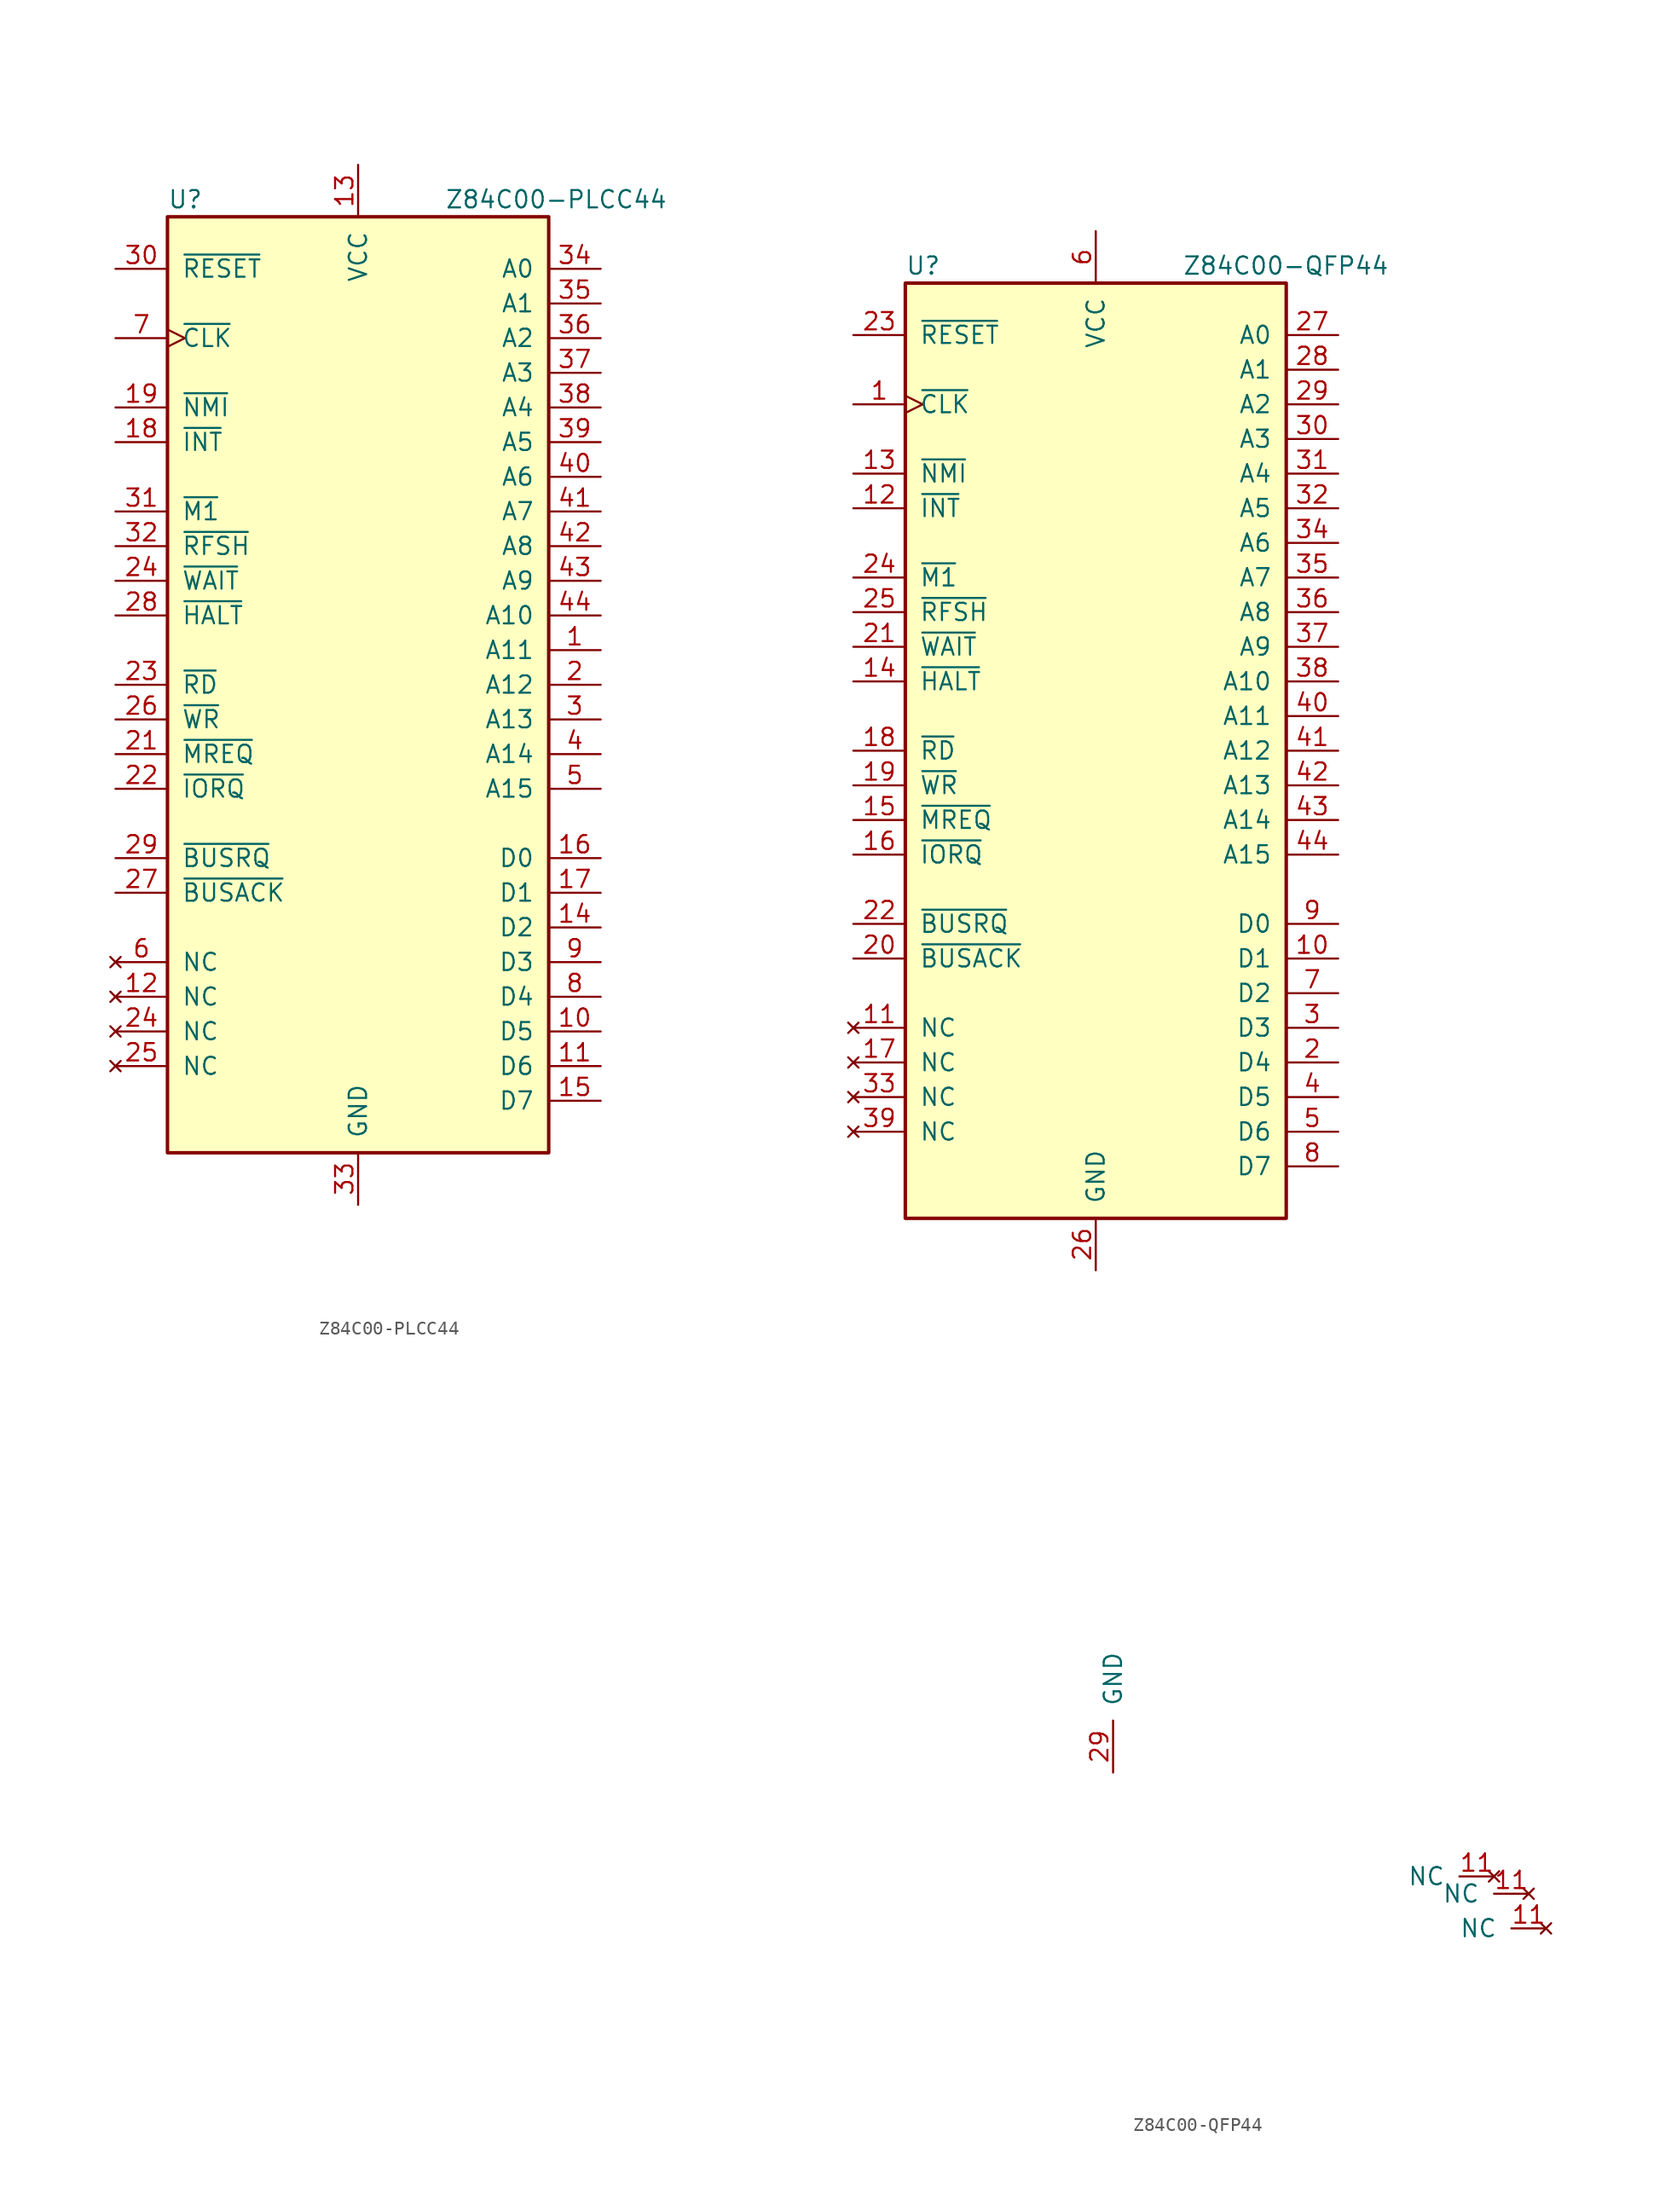
<source format=kicad_sym>
(kicad_symbol_lib
  (version 20211014)
  (generator kicad_symbol_editor)
  (symbol "Z84C00-PLCC44"
    (pin_names
      (offset 1.016))
    (property "Reference" "U"
      (at -13.97 35.56 0)
      (effects (font (size 1.27 1.27)) (justify left)))
    (property "Value" "Z84C00-PLCC44"
      (at 6.35 35.56 0)
      (effects (font (size 1.27 1.27)) (justify left)))
    (symbol "Z84C00-PLCC44_0_1"
      (rectangle (start -13.97 34.29) (end 13.97 -34.29) (stroke (width 0.254) (type default) (color 0 0 0 0)) (fill (type background))))
    (symbol "Z84C00-PLCC44_1_1"
      (pin output line (at 17.78 2.54 180) (length 3.81) (name "A11" (effects (font (size 1.27 1.27)))) (number "1" (effects (font (size 1.27 1.27)))))
      (pin bidirectional line (at 17.78 -25.4 180) (length 3.81) (name "D5" (effects (font (size 1.27 1.27)))) (number "10" (effects (font (size 1.27 1.27)))))
      (pin bidirectional line (at 17.78 -27.94 180) (length 3.81) (name "D6" (effects (font (size 1.27 1.27)))) (number "11" (effects (font (size 1.27 1.27)))))
      (pin no_connect line (at -17.78 -22.86 0) (length 3.81) (name "NC" (effects (font (size 1.27 1.27)))) (number "12" (effects (font (size 1.27 1.27)))))
      (pin power_in line (at 0 38.1 270) (length 3.81) (name "VCC" (effects (font (size 1.27 1.27)))) (number "13" (effects (font (size 1.27 1.27)))))
      (pin bidirectional line (at 17.78 -17.78 180) (length 3.81) (name "D2" (effects (font (size 1.27 1.27)))) (number "14" (effects (font (size 1.27 1.27)))))
      (pin bidirectional line (at 17.78 -30.48 180) (length 3.81) (name "D7" (effects (font (size 1.27 1.27)))) (number "15" (effects (font (size 1.27 1.27)))))
      (pin bidirectional line (at 17.78 -12.7 180) (length 3.81) (name "D0" (effects (font (size 1.27 1.27)))) (number "16" (effects (font (size 1.27 1.27)))))
      (pin bidirectional line (at 17.78 -15.24 180) (length 3.81) (name "D1" (effects (font (size 1.27 1.27)))) (number "17" (effects (font (size 1.27 1.27)))))
      (pin input line (at -17.78 17.78 0) (length 3.81) (name "~{INT}" (effects (font (size 1.27 1.27)))) (number "18" (effects (font (size 1.27 1.27)))))
      (pin input line (at -17.78 20.32 0) (length 3.81) (name "~{NMI}" (effects (font (size 1.27 1.27)))) (number "19" (effects (font (size 1.27 1.27)))))
      (pin output line (at 17.78 0 180) (length 3.81) (name "A12" (effects (font (size 1.27 1.27)))) (number "2" (effects (font (size 1.27 1.27)))))
      (pin output line (at -17.78 -5.08 0) (length 3.81) (name "~{MREQ}" (effects (font (size 1.27 1.27)))) (number "21" (effects (font (size 1.27 1.27)))))
      (pin output line (at -17.78 -7.62 0) (length 3.81) (name "~{IORQ}" (effects (font (size 1.27 1.27)))) (number "22" (effects (font (size 1.27 1.27)))))
      (pin output line (at -17.78 0 0) (length 3.81) (name "~{RD}" (effects (font (size 1.27 1.27)))) (number "23" (effects (font (size 1.27 1.27)))))
      (pin no_connect line (at -17.78 -25.4 0) (length 3.81) (name "NC" (effects (font (size 1.27 1.27)))) (number "24" (effects (font (size 1.27 1.27)))))
      (pin input line (at -17.78 7.62 0) (length 3.81) (name "~{WAIT}" (effects (font (size 1.27 1.27)))) (number "24" (effects (font (size 1.27 1.27)))))
      (pin no_connect line (at -17.78 -27.94 0) (length 3.81) (name "NC" (effects (font (size 1.27 1.27)))) (number "25" (effects (font (size 1.27 1.27)))))
      (pin output line (at -17.78 -2.54 0) (length 3.81) (name "~{WR}" (effects (font (size 1.27 1.27)))) (number "26" (effects (font (size 1.27 1.27)))))
      (pin output line (at -17.78 -15.24 0) (length 3.81) (name "~{BUSACK}" (effects (font (size 1.27 1.27)))) (number "27" (effects (font (size 1.27 1.27)))))
      (pin output line (at -17.78 5.08 0) (length 3.81) (name "~{HALT}" (effects (font (size 1.27 1.27)))) (number "28" (effects (font (size 1.27 1.27)))))
      (pin input line (at -17.78 -12.7 0) (length 3.81) (name "~{BUSRQ}" (effects (font (size 1.27 1.27)))) (number "29" (effects (font (size 1.27 1.27)))))
      (pin output line (at 17.78 -2.54 180) (length 3.81) (name "A13" (effects (font (size 1.27 1.27)))) (number "3" (effects (font (size 1.27 1.27)))))
      (pin input line (at -17.78 30.48 0) (length 3.81) (name "~{RESET}" (effects (font (size 1.27 1.27)))) (number "30" (effects (font (size 1.27 1.27)))))
      (pin output line (at -17.78 12.7 0) (length 3.81) (name "~{M1}" (effects (font (size 1.27 1.27)))) (number "31" (effects (font (size 1.27 1.27)))))
      (pin output line (at -17.78 10.16 0) (length 3.81) (name "~{RFSH}" (effects (font (size 1.27 1.27)))) (number "32" (effects (font (size 1.27 1.27)))))
      (pin power_in line (at 0 -38.1 90) (length 3.81) (name "GND" (effects (font (size 1.27 1.27)))) (number "33" (effects (font (size 1.27 1.27)))))
      (pin output line (at 17.78 30.48 180) (length 3.81) (name "A0" (effects (font (size 1.27 1.27)))) (number "34" (effects (font (size 1.27 1.27)))))
      (pin output line (at 17.78 27.94 180) (length 3.81) (name "A1" (effects (font (size 1.27 1.27)))) (number "35" (effects (font (size 1.27 1.27)))))
      (pin output line (at 17.78 25.4 180) (length 3.81) (name "A2" (effects (font (size 1.27 1.27)))) (number "36" (effects (font (size 1.27 1.27)))))
      (pin output line (at 17.78 22.86 180) (length 3.81) (name "A3" (effects (font (size 1.27 1.27)))) (number "37" (effects (font (size 1.27 1.27)))))
      (pin output line (at 17.78 20.32 180) (length 3.81) (name "A4" (effects (font (size 1.27 1.27)))) (number "38" (effects (font (size 1.27 1.27)))))
      (pin output line (at 17.78 17.78 180) (length 3.81) (name "A5" (effects (font (size 1.27 1.27)))) (number "39" (effects (font (size 1.27 1.27)))))
      (pin output line (at 17.78 -5.08 180) (length 3.81) (name "A14" (effects (font (size 1.27 1.27)))) (number "4" (effects (font (size 1.27 1.27)))))
      (pin output line (at 17.78 15.24 180) (length 3.81) (name "A6" (effects (font (size 1.27 1.27)))) (number "40" (effects (font (size 1.27 1.27)))))
      (pin output line (at 17.78 12.7 180) (length 3.81) (name "A7" (effects (font (size 1.27 1.27)))) (number "41" (effects (font (size 1.27 1.27)))))
      (pin output line (at 17.78 10.16 180) (length 3.81) (name "A8" (effects (font (size 1.27 1.27)))) (number "42" (effects (font (size 1.27 1.27)))))
      (pin output line (at 17.78 7.62 180) (length 3.81) (name "A9" (effects (font (size 1.27 1.27)))) (number "43" (effects (font (size 1.27 1.27)))))
      (pin output line (at 17.78 5.08 180) (length 3.81) (name "A10" (effects (font (size 1.27 1.27)))) (number "44" (effects (font (size 1.27 1.27)))))
      (pin output line (at 17.78 -7.62 180) (length 3.81) (name "A15" (effects (font (size 1.27 1.27)))) (number "5" (effects (font (size 1.27 1.27)))))
      (pin no_connect line (at -17.78 -20.32 0) (length 3.81) (name "NC" (effects (font (size 1.27 1.27)))) (number "6" (effects (font (size 1.27 1.27)))))
      (pin input clock (at -17.78 25.4 0) (length 3.81) (name "~{CLK}" (effects (font (size 1.27 1.27)))) (number "7" (effects (font (size 1.27 1.27)))))
      (pin bidirectional line (at 17.78 -22.86 180) (length 3.81) (name "D4" (effects (font (size 1.27 1.27)))) (number "8" (effects (font (size 1.27 1.27)))))
      (pin bidirectional line (at 17.78 -20.32 180) (length 3.81) (name "D3" (effects (font (size 1.27 1.27)))) (number "9" (effects (font (size 1.27 1.27)))))))
  (symbol "Z84C00-QFP44"
    (pin_names
      (offset 1.016))
    (property "Reference" "U"
      (at -13.97 35.56 0)
      (effects (font (size 1.27 1.27)) (justify left)))
    (property "Value" "Z84C00-QFP44"
      (at 6.35 35.56 0)
      (effects (font (size 1.27 1.27)) (justify left)))
    (symbol "Z84C00-QFP44_0_1"
      (rectangle (start -13.97 34.29) (end 13.97 -34.29) (stroke (width 0.254) (type default) (color 0 0 0 0)) (fill (type background))))
    (symbol "Z84C00-QFP44_1_1"
      (pin input clock (at -17.78 25.4 0) (length 3.81) (name "~{CLK}" (effects (font (size 1.27 1.27)))) (number "1" (effects (font (size 1.27 1.27)))))
      (pin bidirectional line (at 17.78 -15.24 180) (length 3.81) (name "D1" (effects (font (size 1.27 1.27)))) (number "10" (effects (font (size 1.27 1.27)))))
      (pin no_connect line (at -17.78 -20.32 0) (length 3.81) (name "NC" (effects (font (size 1.27 1.27)))) (number "11" (effects (font (size 1.27 1.27)))))
      (pin no_connect line (at 29.21 -82.55 180) (length 2.54) (name "NC" (effects (font (size 1.27 1.27)))) (number "11" (effects (font (size 1.27 1.27)))))
      (pin no_connect line (at 31.75 -83.82 180) (length 2.54) (name "NC" (effects (font (size 1.27 1.27)))) (number "11" (effects (font (size 1.27 1.27)))))
      (pin no_connect line (at 33.02 -86.36 180) (length 2.54) (name "NC" (effects (font (size 1.27 1.27)))) (number "11" (effects (font (size 1.27 1.27)))))
      (pin input line (at -17.78 17.78 0) (length 3.81) (name "~{INT}" (effects (font (size 1.27 1.27)))) (number "12" (effects (font (size 1.27 1.27)))))
      (pin input line (at -17.78 20.32 0) (length 3.81) (name "~{NMI}" (effects (font (size 1.27 1.27)))) (number "13" (effects (font (size 1.27 1.27)))))
      (pin output line (at -17.78 5.08 0) (length 3.81) (name "~{HALT}" (effects (font (size 1.27 1.27)))) (number "14" (effects (font (size 1.27 1.27)))))
      (pin output line (at -17.78 -5.08 0) (length 3.81) (name "~{MREQ}" (effects (font (size 1.27 1.27)))) (number "15" (effects (font (size 1.27 1.27)))))
      (pin output line (at -17.78 -7.62 0) (length 3.81) (name "~{IORQ}" (effects (font (size 1.27 1.27)))) (number "16" (effects (font (size 1.27 1.27)))))
      (pin no_connect line (at -17.78 -22.86 0) (length 3.81) (name "NC" (effects (font (size 1.27 1.27)))) (number "17" (effects (font (size 1.27 1.27)))))
      (pin output line (at -17.78 0 0) (length 3.81) (name "~{RD}" (effects (font (size 1.27 1.27)))) (number "18" (effects (font (size 1.27 1.27)))))
      (pin output line (at -17.78 -2.54 0) (length 3.81) (name "~{WR}" (effects (font (size 1.27 1.27)))) (number "19" (effects (font (size 1.27 1.27)))))
      (pin bidirectional line (at 17.78 -22.86 180) (length 3.81) (name "D4" (effects (font (size 1.27 1.27)))) (number "2" (effects (font (size 1.27 1.27)))))
      (pin output line (at -17.78 -15.24 0) (length 3.81) (name "~{BUSACK}" (effects (font (size 1.27 1.27)))) (number "20" (effects (font (size 1.27 1.27)))))
      (pin input line (at -17.78 7.62 0) (length 3.81) (name "~{WAIT}" (effects (font (size 1.27 1.27)))) (number "21" (effects (font (size 1.27 1.27)))))
      (pin input line (at -17.78 -12.7 0) (length 3.81) (name "~{BUSRQ}" (effects (font (size 1.27 1.27)))) (number "22" (effects (font (size 1.27 1.27)))))
      (pin input line (at -17.78 30.48 0) (length 3.81) (name "~{RESET}" (effects (font (size 1.27 1.27)))) (number "23" (effects (font (size 1.27 1.27)))))
      (pin output line (at -17.78 12.7 0) (length 3.81) (name "~{M1}" (effects (font (size 1.27 1.27)))) (number "24" (effects (font (size 1.27 1.27)))))
      (pin output line (at -17.78 10.16 0) (length 3.81) (name "~{RFSH}" (effects (font (size 1.27 1.27)))) (number "25" (effects (font (size 1.27 1.27)))))
      (pin power_in line (at 0 -38.1 90) (length 3.81) (name "GND" (effects (font (size 1.27 1.27)))) (number "26" (effects (font (size 1.27 1.27)))))
      (pin output line (at 17.78 30.48 180) (length 3.81) (name "A0" (effects (font (size 1.27 1.27)))) (number "27" (effects (font (size 1.27 1.27)))))
      (pin output line (at 17.78 27.94 180) (length 3.81) (name "A1" (effects (font (size 1.27 1.27)))) (number "28" (effects (font (size 1.27 1.27)))))
      (pin output line (at 17.78 25.4 180) (length 3.81) (name "A2" (effects (font (size 1.27 1.27)))) (number "29" (effects (font (size 1.27 1.27)))))
      (pin power_in line (at 1.27 -74.93 90) (length 3.81) (name "GND" (effects (font (size 1.27 1.27)))) (number "29" (effects (font (size 1.27 1.27)))))
      (pin bidirectional line (at 17.78 -20.32 180) (length 3.81) (name "D3" (effects (font (size 1.27 1.27)))) (number "3" (effects (font (size 1.27 1.27)))))
      (pin output line (at 17.78 22.86 180) (length 3.81) (name "A3" (effects (font (size 1.27 1.27)))) (number "30" (effects (font (size 1.27 1.27)))))
      (pin output line (at 17.78 20.32 180) (length 3.81) (name "A4" (effects (font (size 1.27 1.27)))) (number "31" (effects (font (size 1.27 1.27)))))
      (pin output line (at 17.78 17.78 180) (length 3.81) (name "A5" (effects (font (size 1.27 1.27)))) (number "32" (effects (font (size 1.27 1.27)))))
      (pin no_connect line (at -17.78 -25.4 0) (length 3.81) (name "NC" (effects (font (size 1.27 1.27)))) (number "33" (effects (font (size 1.27 1.27)))))
      (pin output line (at 17.78 15.24 180) (length 3.81) (name "A6" (effects (font (size 1.27 1.27)))) (number "34" (effects (font (size 1.27 1.27)))))
      (pin output line (at 17.78 12.7 180) (length 3.81) (name "A7" (effects (font (size 1.27 1.27)))) (number "35" (effects (font (size 1.27 1.27)))))
      (pin output line (at 17.78 10.16 180) (length 3.81) (name "A8" (effects (font (size 1.27 1.27)))) (number "36" (effects (font (size 1.27 1.27)))))
      (pin output line (at 17.78 7.62 180) (length 3.81) (name "A9" (effects (font (size 1.27 1.27)))) (number "37" (effects (font (size 1.27 1.27)))))
      (pin output line (at 17.78 5.08 180) (length 3.81) (name "A10" (effects (font (size 1.27 1.27)))) (number "38" (effects (font (size 1.27 1.27)))))
      (pin no_connect line (at -17.78 -27.94 0) (length 3.81) (name "NC" (effects (font (size 1.27 1.27)))) (number "39" (effects (font (size 1.27 1.27)))))
      (pin bidirectional line (at 17.78 -25.4 180) (length 3.81) (name "D5" (effects (font (size 1.27 1.27)))) (number "4" (effects (font (size 1.27 1.27)))))
      (pin output line (at 17.78 2.54 180) (length 3.81) (name "A11" (effects (font (size 1.27 1.27)))) (number "40" (effects (font (size 1.27 1.27)))))
      (pin output line (at 17.78 0 180) (length 3.81) (name "A12" (effects (font (size 1.27 1.27)))) (number "41" (effects (font (size 1.27 1.27)))))
      (pin output line (at 17.78 -2.54 180) (length 3.81) (name "A13" (effects (font (size 1.27 1.27)))) (number "42" (effects (font (size 1.27 1.27)))))
      (pin output line (at 17.78 -5.08 180) (length 3.81) (name "A14" (effects (font (size 1.27 1.27)))) (number "43" (effects (font (size 1.27 1.27)))))
      (pin output line (at 17.78 -7.62 180) (length 3.81) (name "A15" (effects (font (size 1.27 1.27)))) (number "44" (effects (font (size 1.27 1.27)))))
      (pin bidirectional line (at 17.78 -27.94 180) (length 3.81) (name "D6" (effects (font (size 1.27 1.27)))) (number "5" (effects (font (size 1.27 1.27)))))
      (pin power_in line (at 0 38.1 270) (length 3.81) (name "VCC" (effects (font (size 1.27 1.27)))) (number "6" (effects (font (size 1.27 1.27)))))
      (pin bidirectional line (at 17.78 -17.78 180) (length 3.81) (name "D2" (effects (font (size 1.27 1.27)))) (number "7" (effects (font (size 1.27 1.27)))))
      (pin bidirectional line (at 17.78 -30.48 180) (length 3.81) (name "D7" (effects (font (size 1.27 1.27)))) (number "8" (effects (font (size 1.27 1.27)))))
      (pin bidirectional line (at 17.78 -12.7 180) (length 3.81) (name "D0" (effects (font (size 1.27 1.27)))) (number "9" (effects (font (size 1.27 1.27))))))))
</source>
